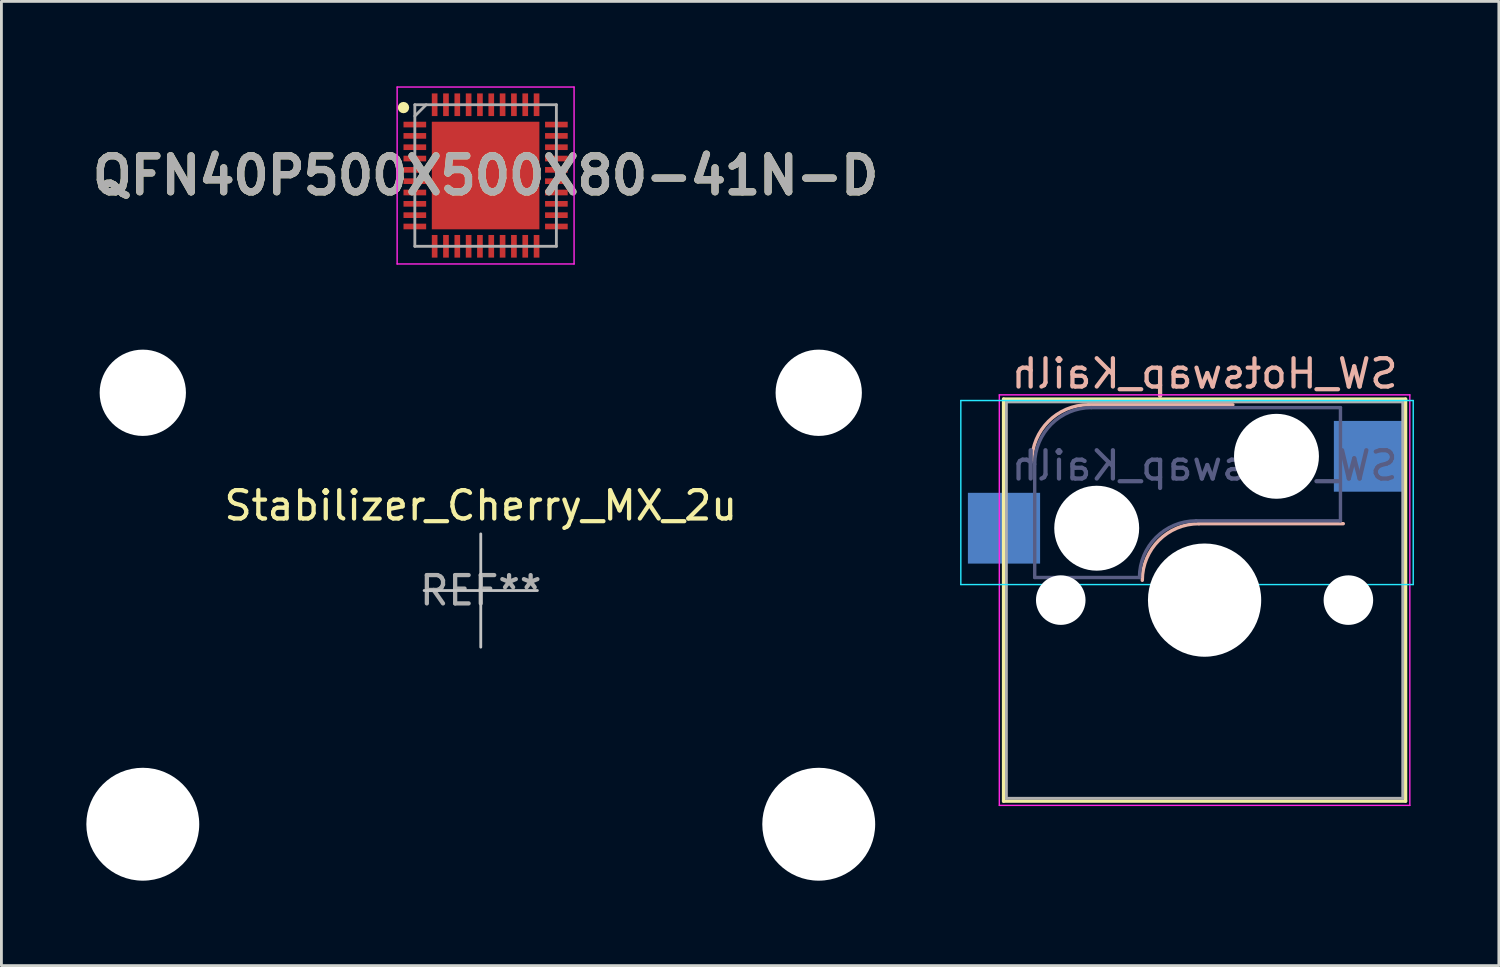
<source format=kicad_pcb>
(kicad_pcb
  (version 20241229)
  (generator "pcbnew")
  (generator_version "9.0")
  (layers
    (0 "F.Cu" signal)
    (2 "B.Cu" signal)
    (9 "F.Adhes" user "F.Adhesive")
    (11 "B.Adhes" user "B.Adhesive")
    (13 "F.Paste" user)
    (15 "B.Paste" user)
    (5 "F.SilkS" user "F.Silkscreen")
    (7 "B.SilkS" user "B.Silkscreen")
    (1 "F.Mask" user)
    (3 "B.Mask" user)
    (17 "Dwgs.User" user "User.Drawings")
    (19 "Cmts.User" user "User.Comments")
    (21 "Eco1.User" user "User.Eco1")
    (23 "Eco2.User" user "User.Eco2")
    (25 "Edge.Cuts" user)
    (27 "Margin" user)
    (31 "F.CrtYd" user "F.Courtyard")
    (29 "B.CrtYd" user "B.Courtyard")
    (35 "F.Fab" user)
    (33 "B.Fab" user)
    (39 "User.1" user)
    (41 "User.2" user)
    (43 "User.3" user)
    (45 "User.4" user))
  (footprint "SW_Hotswap_Kailh"
    (layer "F.Cu")
    (at 39.499 18.148)
    (property "Reference" "SW_Hotswap_Kailh" (at 0 -8 0) (layer "B.SilkS") (effects (font (size 1 1) (thickness 0.15)) (justify mirror)))
    (attr smd)
    (fp_line (start -7.1 -7.1) (end -7.1 7.1) (stroke (width 0.12) (type solid)) (layer "F.SilkS"))
    (fp_line (start -7.1 7.1) (end 7.1 7.1) (stroke (width 0.12) (type solid)) (layer "F.SilkS"))
    (fp_line (start 7.1 -7.1) (end -7.1 -7.1) (stroke (width 0.12) (type solid)) (layer "F.SilkS"))
    (fp_line (start 7.1 7.1) (end 7.1 -7.1) (stroke (width 0.12) (type solid)) (layer "F.SilkS"))
    (fp_line (start -4.1 -6.9) (end 1 -6.9) (stroke (width 0.12) (type solid)) (layer "B.SilkS"))
    (fp_line (start -0.2 -2.7) (end 4.9 -2.7) (stroke (width 0.12) (type solid)) (layer "B.SilkS"))
    (fp_arc (start -6.1 -4.9) (mid -5.514214 -6.314214) (end -4.1 -6.9) (stroke (width 0.12) (type solid)) (layer "B.SilkS"))
    (fp_arc (start -2.2 -0.7) (mid -1.614214 -2.114214) (end -0.2 -2.7) (stroke (width 0.12) (type solid)) (layer "B.SilkS"))
    (fp_line (start -8.61 -7.05) (end -8.61 -0.55) (stroke (width 0.05) (type solid)) (layer "B.CrtYd"))
    (fp_line (start -8.61 -0.55) (end 7.37 -0.55) (stroke (width 0.05) (type solid)) (layer "B.CrtYd"))
    (fp_line (start 7.37 -7.05) (end -8.61 -7.05) (stroke (width 0.05) (type solid)) (layer "B.CrtYd"))
    (fp_line (start 7.37 -0.55) (end 7.37 -7.05) (stroke (width 0.05) (type solid)) (layer "B.CrtYd"))
    (fp_line (start -7.25 -7.25) (end -7.25 7.25) (stroke (width 0.05) (type solid)) (layer "F.CrtYd"))
    (fp_line (start -7.25 7.25) (end 7.25 7.25) (stroke (width 0.05) (type solid)) (layer "F.CrtYd"))
    (fp_line (start 7.25 -7.25) (end -7.25 -7.25) (stroke (width 0.05) (type solid)) (layer "F.CrtYd"))
    (fp_line (start 7.25 7.25) (end 7.25 -7.25) (stroke (width 0.05) (type solid)) (layer "F.CrtYd"))
    (fp_line (start -6 -0.8) (end -6 -4.8) (stroke (width 0.12) (type solid)) (layer "B.Fab"))
    (fp_line (start -6 -0.8) (end -2.3 -0.8) (stroke (width 0.12) (type solid)) (layer "B.Fab"))
    (fp_line (start -4 -6.8) (end 4.8 -6.8) (stroke (width 0.12) (type solid)) (layer "B.Fab"))
    (fp_line (start -0.3 -2.8) (end 4.8 -2.8) (stroke (width 0.12) (type solid)) (layer "B.Fab"))
    (fp_line (start 4.8 -6.8) (end 4.8 -2.8) (stroke (width 0.12) (type solid)) (layer "B.Fab"))
    (fp_arc (start -6 -4.8) (mid -5.414214 -6.214214) (end -4 -6.8) (stroke (width 0.12) (type solid)) (layer "B.Fab"))
    (fp_arc (start -2.3 -0.8) (mid -1.714214 -2.214214) (end -0.3 -2.8) (stroke (width 0.12) (type solid)) (layer "B.Fab"))
    (fp_line (start -7 -7) (end -7 7) (stroke (width 0.1) (type solid)) (layer "F.Fab"))
    (fp_line (start -7 7) (end 7 7) (stroke (width 0.1) (type solid)) (layer "F.Fab"))
    (fp_line (start 7 -7) (end -7 -7) (stroke (width 0.1) (type solid)) (layer "F.Fab"))
    (fp_line (start 7 7) (end 7 -7) (stroke (width 0.1) (type solid)) (layer "F.Fab"))
    (fp_text user "${REFERENCE}" (at 0 -4.75 0) (layer "B.Fab") (effects (font (size 1 1) (thickness 0.15)) (justify mirror)))
    (pad "" np_thru_hole circle (at -5.08 0) (size 1.75 1.75) (drill 1.75) (layers "*.Cu" "*.Mask"))
    (pad "" np_thru_hole circle (at -3.81 -2.54) (size 3 3) (drill 3) (layers "*.Cu" "*.Mask"))
    (pad "" np_thru_hole circle (at 0 0) (size 4 4) (drill 4) (layers "*.Cu" "*.Mask"))
    (pad "" np_thru_hole circle (at 2.54 -5.08) (size 3 3) (drill 3) (layers "*.Cu" "*.Mask"))
    (pad "" np_thru_hole circle (at 5.08 0) (size 1.75 1.75) (drill 1.75) (layers "*.Cu" "*.Mask"))
    (pad "1" smd rect (at -7.085 -2.54) (size 2.55 2.5) (layers "B.Cu" "B.Mask" "B.Paste"))
    (pad "2" smd rect (at 5.842 -5.08) (size 2.55 2.5) (layers "B.Cu" "B.Mask" "B.Paste")))
  (footprint "QFN40P500X500X80-41N-D"
    (layer "F.Cu")
    (at 14.103 3.15)
    (property "Reference" "QFN40P500X500X80-41N-D" (at 0 0 0) (layer "F.SilkS") (effects (font (size 1.27 1.27) (thickness 0.254))))
    (attr smd)
    (fp_circle (center -2.9 -2.4) (end -2.9 -2.3) (stroke (width 0.2) (type solid)) (fill no) (layer "F.SilkS"))
    (fp_line (start -3.125 -3.125) (end 3.125 -3.125) (stroke (width 0.05) (type solid)) (layer "F.CrtYd"))
    (fp_line (start -3.125 3.125) (end -3.125 -3.125) (stroke (width 0.05) (type solid)) (layer "F.CrtYd"))
    (fp_line (start 3.125 -3.125) (end 3.125 3.125) (stroke (width 0.05) (type solid)) (layer "F.CrtYd"))
    (fp_line (start 3.125 3.125) (end -3.125 3.125) (stroke (width 0.05) (type solid)) (layer "F.CrtYd"))
    (fp_line (start -2.5 -2.5) (end 2.5 -2.5) (stroke (width 0.1) (type solid)) (layer "F.Fab"))
    (fp_line (start -2.5 -2.1) (end -2.1 -2.5) (stroke (width 0.1) (type solid)) (layer "F.Fab"))
    (fp_line (start -2.5 2.5) (end -2.5 -2.5) (stroke (width 0.1) (type solid)) (layer "F.Fab"))
    (fp_line (start 2.5 -2.5) (end 2.5 2.5) (stroke (width 0.1) (type solid)) (layer "F.Fab"))
    (fp_line (start 2.5 2.5) (end -2.5 2.5) (stroke (width 0.1) (type solid)) (layer "F.Fab"))
    (fp_text user "${REFERENCE}" (at 0 0 0) (layer "F.Fab") (effects (font (size 1.27 1.27) (thickness 0.254))))
    (pad "1" smd rect (at -2.5 -1.8 90) (size 0.2 0.8) (layers "F.Cu" "F.Mask" "F.Paste"))
    (pad "2" smd rect (at -2.5 -1.4 90) (size 0.2 0.8) (layers "F.Cu" "F.Mask" "F.Paste"))
    (pad "3" smd rect (at -2.5 -1 90) (size 0.2 0.8) (layers "F.Cu" "F.Mask" "F.Paste"))
    (pad "4" smd rect (at -2.5 -0.6 90) (size 0.2 0.8) (layers "F.Cu" "F.Mask" "F.Paste"))
    (pad "5" smd rect (at -2.5 -0.2 90) (size 0.2 0.8) (layers "F.Cu" "F.Mask" "F.Paste"))
    (pad "6" smd rect (at -2.5 0.2 90) (size 0.2 0.8) (layers "F.Cu" "F.Mask" "F.Paste"))
    (pad "7" smd rect (at -2.5 0.6 90) (size 0.2 0.8) (layers "F.Cu" "F.Mask" "F.Paste"))
    (pad "8" smd rect (at -2.5 1 90) (size 0.2 0.8) (layers "F.Cu" "F.Mask" "F.Paste"))
    (pad "9" smd rect (at -2.5 1.4 90) (size 0.2 0.8) (layers "F.Cu" "F.Mask" "F.Paste"))
    (pad "10" smd rect (at -2.5 1.8 90) (size 0.2 0.8) (layers "F.Cu" "F.Mask" "F.Paste"))
    (pad "11" smd rect (at -1.8 2.5) (size 0.2 0.8) (layers "F.Cu" "F.Mask" "F.Paste"))
    (pad "12" smd rect (at -1.4 2.5) (size 0.2 0.8) (layers "F.Cu" "F.Mask" "F.Paste"))
    (pad "13" smd rect (at -1 2.5) (size 0.2 0.8) (layers "F.Cu" "F.Mask" "F.Paste"))
    (pad "14" smd rect (at -0.6 2.5) (size 0.2 0.8) (layers "F.Cu" "F.Mask" "F.Paste"))
    (pad "15" smd rect (at -0.2 2.5) (size 0.2 0.8) (layers "F.Cu" "F.Mask" "F.Paste"))
    (pad "16" smd rect (at 0.2 2.5) (size 0.2 0.8) (layers "F.Cu" "F.Mask" "F.Paste"))
    (pad "17" smd rect (at 0.6 2.5) (size 0.2 0.8) (layers "F.Cu" "F.Mask" "F.Paste"))
    (pad "18" smd rect (at 1 2.5) (size 0.2 0.8) (layers "F.Cu" "F.Mask" "F.Paste"))
    (pad "19" smd rect (at 1.4 2.5) (size 0.2 0.8) (layers "F.Cu" "F.Mask" "F.Paste"))
    (pad "20" smd rect (at 1.8 2.5) (size 0.2 0.8) (layers "F.Cu" "F.Mask" "F.Paste"))
    (pad "21" smd rect (at 2.5 1.8 90) (size 0.2 0.8) (layers "F.Cu" "F.Mask" "F.Paste"))
    (pad "22" smd rect (at 2.5 1.4 90) (size 0.2 0.8) (layers "F.Cu" "F.Mask" "F.Paste"))
    (pad "23" smd rect (at 2.5 1 90) (size 0.2 0.8) (layers "F.Cu" "F.Mask" "F.Paste"))
    (pad "24" smd rect (at 2.5 0.6 90) (size 0.2 0.8) (layers "F.Cu" "F.Mask" "F.Paste"))
    (pad "25" smd rect (at 2.5 0.2 90) (size 0.2 0.8) (layers "F.Cu" "F.Mask" "F.Paste"))
    (pad "26" smd rect (at 2.5 -0.2 90) (size 0.2 0.8) (layers "F.Cu" "F.Mask" "F.Paste"))
    (pad "27" smd rect (at 2.5 -0.6 90) (size 0.2 0.8) (layers "F.Cu" "F.Mask" "F.Paste"))
    (pad "28" smd rect (at 2.5 -1 90) (size 0.2 0.8) (layers "F.Cu" "F.Mask" "F.Paste"))
    (pad "29" smd rect (at 2.5 -1.4 90) (size 0.2 0.8) (layers "F.Cu" "F.Mask" "F.Paste"))
    (pad "30" smd rect (at 2.5 -1.8 90) (size 0.2 0.8) (layers "F.Cu" "F.Mask" "F.Paste"))
    (pad "31" smd rect (at 1.8 -2.5) (size 0.2 0.8) (layers "F.Cu" "F.Mask" "F.Paste"))
    (pad "32" smd rect (at 1.4 -2.5) (size 0.2 0.8) (layers "F.Cu" "F.Mask" "F.Paste"))
    (pad "33" smd rect (at 1 -2.5) (size 0.2 0.8) (layers "F.Cu" "F.Mask" "F.Paste"))
    (pad "34" smd rect (at 0.6 -2.5) (size 0.2 0.8) (layers "F.Cu" "F.Mask" "F.Paste"))
    (pad "35" smd rect (at 0.2 -2.5) (size 0.2 0.8) (layers "F.Cu" "F.Mask" "F.Paste"))
    (pad "36" smd rect (at -0.2 -2.5) (size 0.2 0.8) (layers "F.Cu" "F.Mask" "F.Paste"))
    (pad "37" smd rect (at -0.6 -2.5) (size 0.2 0.8) (layers "F.Cu" "F.Mask" "F.Paste"))
    (pad "38" smd rect (at -1 -2.5) (size 0.2 0.8) (layers "F.Cu" "F.Mask" "F.Paste"))
    (pad "39" smd rect (at -1.4 -2.5) (size 0.2 0.8) (layers "F.Cu" "F.Mask" "F.Paste"))
    (pad "40" smd rect (at -1.8 -2.5) (size 0.2 0.8) (layers "F.Cu" "F.Mask" "F.Paste"))
    (pad "41" smd rect (at 0 0) (size 3.8 3.8) (layers "F.Cu" "F.Mask" "F.Paste")))
  (footprint "Stabilizer_Cherry_MX_2u"
    (layer "F.Cu")
    (at 13.932 17.809)
    (property "Reference" "Stabilizer_Cherry_MX_2u" (at 0 -3 0) (layer "F.SilkS") (effects (font (size 1 1) (thickness 0.15))))
    (attr exclude_from_pos_files exclude_from_bom)
    (fp_line (start -2 0) (end 2 0) (stroke (width 0.1) (type solid)) (layer "Dwgs.User"))
    (fp_line (start 0 2) (end 0 -2) (stroke (width 0.1) (type solid)) (layer "Dwgs.User"))
    (fp_text user "REF**" (at 0 0 0) (layer "F.Fab") (effects (font (size 1 1) (thickness 0.15))))
    (pad "" np_thru_hole circle (at -11.938 -6.985) (size 3.048 3.048) (drill 3.048) (layers "*.Cu" "*.Mask"))
    (pad "" np_thru_hole circle (at -11.938 8.255) (size 3.988 3.988) (drill 3.988) (layers "*.Cu" "*.Mask"))
    (pad "" np_thru_hole circle (at 11.938 -6.985) (size 3.048 3.048) (drill 3.048) (layers "*.Cu" "*.Mask"))
    (pad "" np_thru_hole circle (at 11.938 8.255) (size 3.988 3.988) (drill 3.988) (layers "*.Cu" "*.Mask")))
  (gr_rect
    (start -3 -3)
    (end 49.894 31.058)
    (stroke (width 0.1) (type default))
    (fill no)
    (layer "Edge.Cuts")))
</source>
